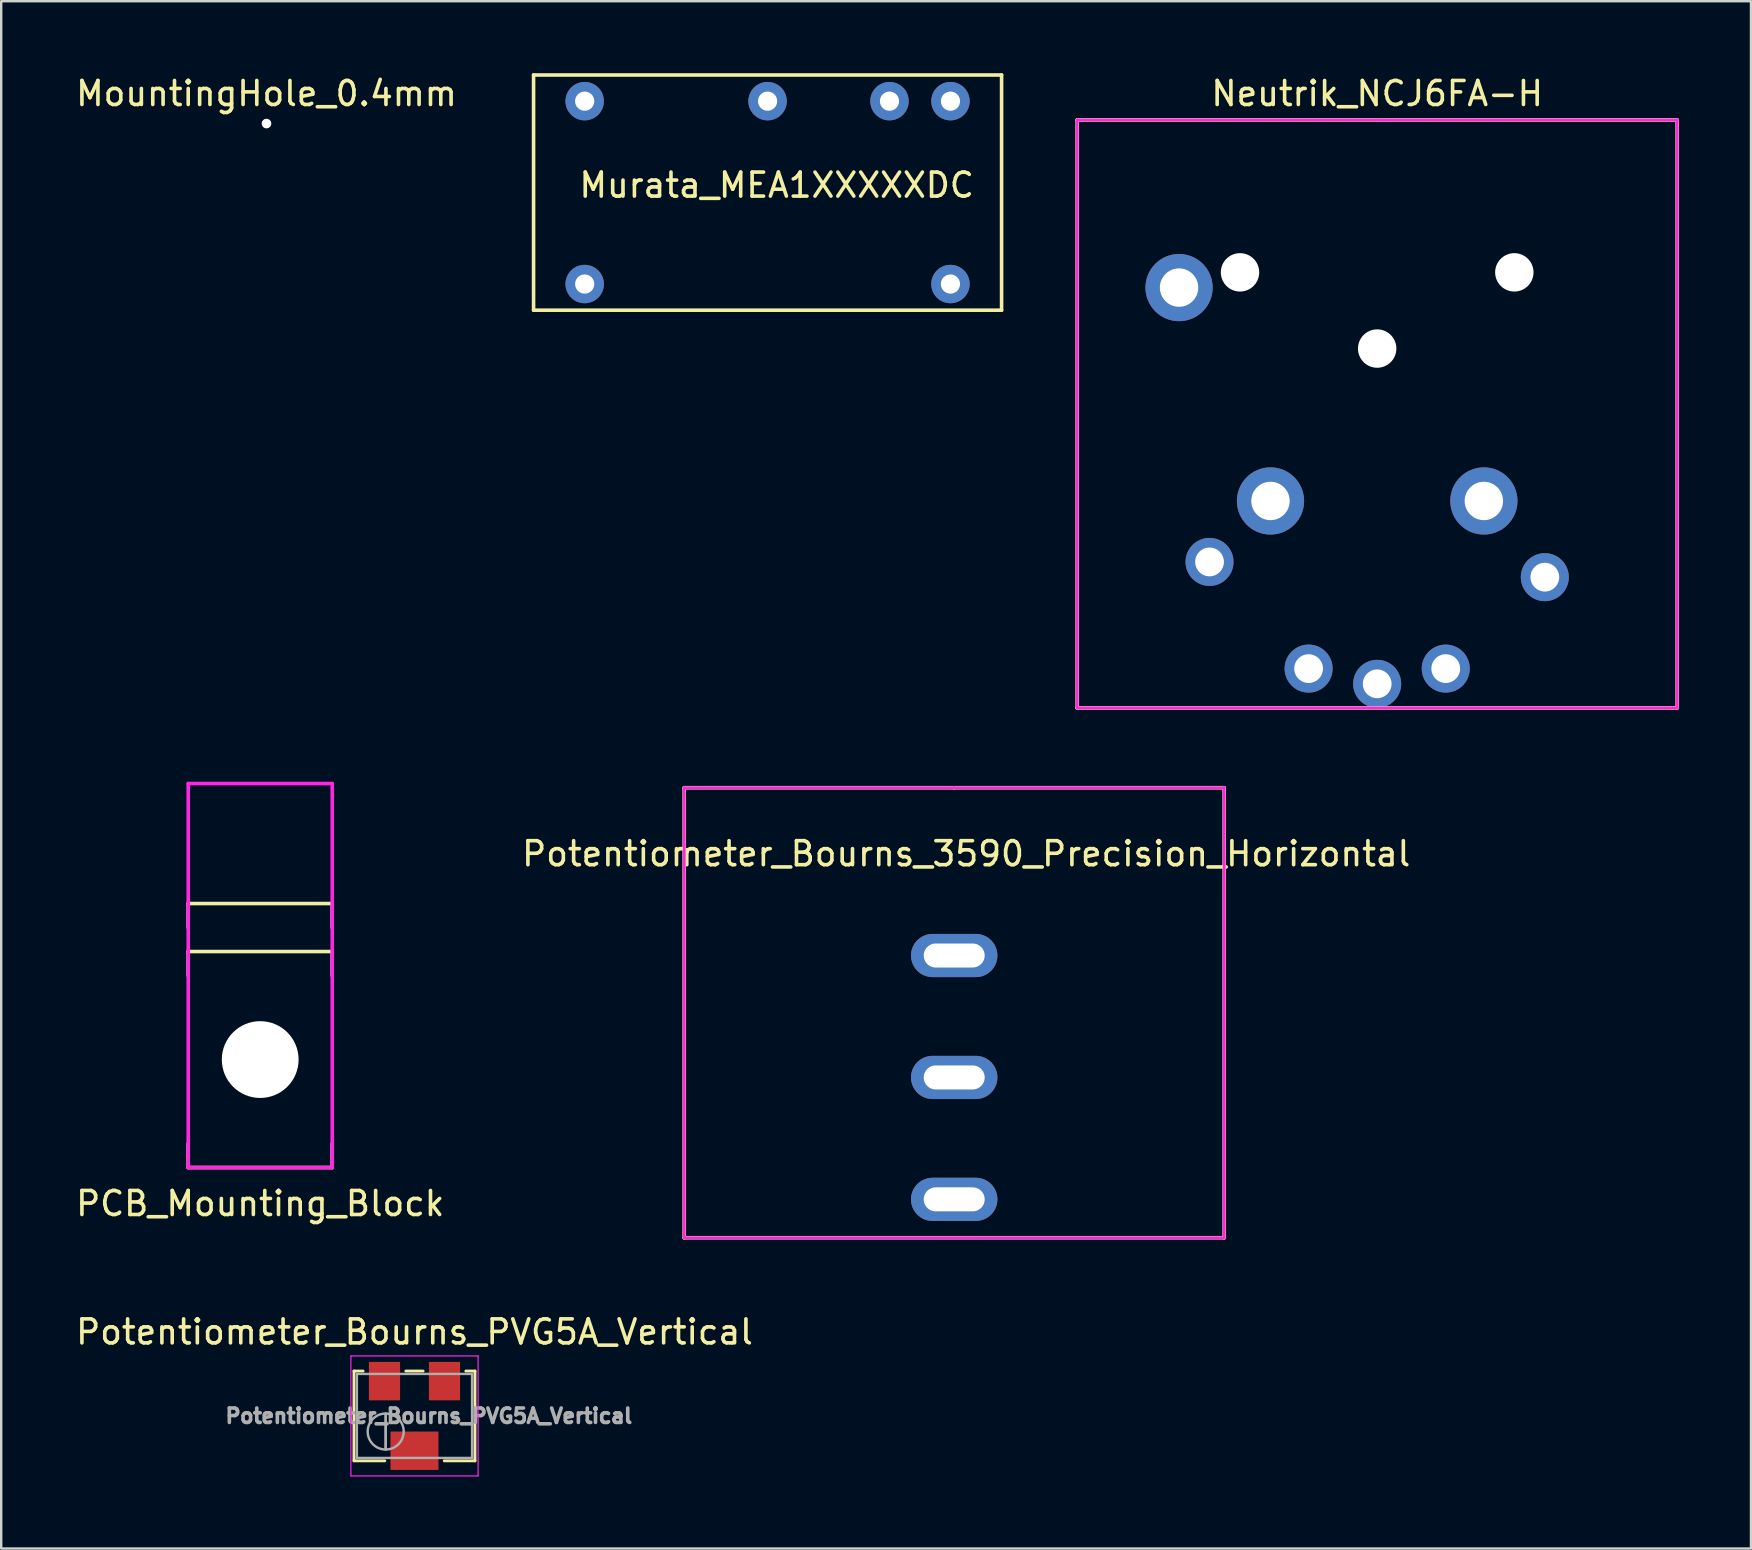
<source format=kicad_pcb>
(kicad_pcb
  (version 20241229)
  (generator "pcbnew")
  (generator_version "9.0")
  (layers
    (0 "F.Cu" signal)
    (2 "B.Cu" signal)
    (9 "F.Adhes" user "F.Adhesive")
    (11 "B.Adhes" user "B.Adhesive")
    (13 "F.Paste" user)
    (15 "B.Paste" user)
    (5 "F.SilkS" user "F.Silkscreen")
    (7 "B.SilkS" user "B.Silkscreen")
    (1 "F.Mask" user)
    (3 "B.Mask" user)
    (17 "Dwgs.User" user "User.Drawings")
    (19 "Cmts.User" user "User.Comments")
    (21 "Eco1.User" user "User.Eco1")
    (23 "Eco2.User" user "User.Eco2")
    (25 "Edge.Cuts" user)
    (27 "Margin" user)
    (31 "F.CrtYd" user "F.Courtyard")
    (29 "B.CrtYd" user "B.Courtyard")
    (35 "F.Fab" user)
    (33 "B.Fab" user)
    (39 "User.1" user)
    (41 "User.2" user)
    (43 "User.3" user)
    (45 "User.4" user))
  (footprint "Potentiometer_Bourns_3590_Precision_Horizontal"
    (layer "F.Cu")
    (at 36.708 29.773)
    (property "Reference" "Potentiometer_Bourns_3590_Precision_Horizontal" (at 0.5 2.75 0) (layer "F.SilkS") (effects (font (size 1 1) (thickness 0.15))))
    (attr through_hole)
    (fp_line (start -11.25 0) (end 0 0) (stroke (width 0.15) (type solid)) (layer "F.SilkS"))
    (fp_line (start -11.25 18.75) (end -11.25 0) (stroke (width 0.15) (type solid)) (layer "F.SilkS"))
    (fp_line (start 0 0) (end 11.25 0) (stroke (width 0.15) (type solid)) (layer "F.SilkS"))
    (fp_line (start 11.25 0) (end 11.25 18.75) (stroke (width 0.15) (type solid)) (layer "F.SilkS"))
    (fp_line (start 11.25 18.75) (end -11.25 18.75) (stroke (width 0.15) (type solid)) (layer "F.SilkS"))
    (fp_line (start -11.25 0) (end 0 0) (stroke (width 0.12) (type solid)) (layer "F.CrtYd"))
    (fp_line (start -11.25 18.75) (end -11.25 0) (stroke (width 0.12) (type solid)) (layer "F.CrtYd"))
    (fp_line (start 0 0) (end 11.25 0) (stroke (width 0.12) (type solid)) (layer "F.CrtYd"))
    (fp_line (start 11.25 0) (end 11.25 18.75) (stroke (width 0.12) (type solid)) (layer "F.CrtYd"))
    (fp_line (start 11.25 18.75) (end -11.25 18.75) (stroke (width 0.12) (type solid)) (layer "F.CrtYd"))
    (pad "1" thru_hole oval (at 0 12.07) (size 3.6 1.8) (drill oval 2.54 1) (layers "*.Cu" "*.Mask"))
    (pad "2" thru_hole oval (at 0 17.15) (size 3.6 1.8) (drill oval 2.54 1) (layers "*.Cu" "*.Mask"))
    (pad "3" thru_hole oval (at 0 6.99) (size 3.6 1.8) (drill oval 2.54 1) (layers "*.Cu" "*.Mask")))
  (footprint "Neutrik_NCJ6FA-H"
    (layer "F.Cu")
    (at 54.332 1.948)
    (property "Reference" "Neutrik_NCJ6FA-H" (at 0 -1.1 0) (layer "F.SilkS") (effects (font (size 1 1) (thickness 0.15))))
    (attr through_hole)
    (fp_line (start -12.5 0) (end 0 0) (stroke (width 0.15) (type solid)) (layer "F.SilkS"))
    (fp_line (start -12.5 24.5) (end -12.5 0) (stroke (width 0.15) (type solid)) (layer "F.SilkS"))
    (fp_line (start 0 0) (end 12.5 0) (stroke (width 0.15) (type solid)) (layer "F.SilkS"))
    (fp_line (start 12.5 0) (end 12.5 24.5) (stroke (width 0.15) (type solid)) (layer "F.SilkS"))
    (fp_line (start 12.5 24.5) (end -12.5 24.5) (stroke (width 0.15) (type solid)) (layer "F.SilkS"))
    (fp_line (start -12.5 0) (end 0 0) (stroke (width 0.12) (type solid)) (layer "F.CrtYd"))
    (fp_line (start -12.5 24.5) (end -12.5 0) (stroke (width 0.12) (type solid)) (layer "F.CrtYd"))
    (fp_line (start 0 0) (end 12.5 0) (stroke (width 0.12) (type solid)) (layer "F.CrtYd"))
    (fp_line (start 12.5 0) (end 12.5 24.5) (stroke (width 0.12) (type solid)) (layer "F.CrtYd"))
    (fp_line (start 12.5 24.5) (end -12.5 24.5) (stroke (width 0.12) (type solid)) (layer "F.CrtYd"))
    (pad "" np_thru_hole circle (at -5.715 6.35) (size 1.6 1.6) (drill 1.6) (layers "*.Cu" "*.Mask"))
    (pad "" np_thru_hole circle (at 0 9.525) (size 1.6 1.6) (drill 1.6) (layers "*.Cu" "*.Mask"))
    (pad "" np_thru_hole circle (at 5.715 6.35) (size 1.6 1.6) (drill 1.6) (layers "*.Cu" "*.Mask"))
    (pad "1" thru_hole circle (at -6.985 18.415) (size 2 2) (drill 1.2) (layers "*.Cu" "*.Mask"))
    (pad "2" thru_hole circle (at 6.985 19.05) (size 2 2) (drill 1.2) (layers "*.Cu" "*.Mask"))
    (pad "3" thru_hole circle (at 0 23.495) (size 2 2) (drill 1.2) (layers "*.Cu" "*.Mask"))
    (pad "G" thru_hole circle (at -8.255 6.985) (size 2.8 2.8) (drill 1.6) (layers "*.Cu" "*.Mask"))
    (pad "R" thru_hole circle (at 2.857 22.86) (size 2 2) (drill 1.2) (layers "*.Cu" "*.Mask"))
    (pad "S" thru_hole circle (at -2.857 22.86) (size 2 2) (drill 1.2) (layers "*.Cu" "*.Mask"))
    (pad "T" thru_hole circle (at -4.445 15.875) (size 2.8 2.8) (drill 1.6) (layers "*.Cu" "*.Mask"))
    (pad "T" thru_hole circle (at 4.445 15.875) (size 2.8 2.8) (drill 1.6) (layers "*.Cu" "*.Mask")))
  (footprint "Murata_MEA1XXXXXDC"
    (layer "F.Cu")
    (at 21.312 1.165)
    (property "Reference" "Murata_MEA1XXXXXDC" (at 8 3.5 0) (layer "F.SilkS") (effects (font (size 1 1) (thickness 0.15))))
    (attr through_hole)
    (fp_line (start -2.13 -1.09) (end -2.13 8.71) (stroke (width 0.15) (type solid)) (layer "F.SilkS"))
    (fp_line (start -2.13 -1.09) (end 17.37 -1.09) (stroke (width 0.15) (type solid)) (layer "F.SilkS"))
    (fp_line (start -2.13 8.71) (end 17.37 8.71) (stroke (width 0.15) (type solid)) (layer "F.SilkS"))
    (fp_line (start 17.37 -1.09) (end 17.37 8.71) (stroke (width 0.15) (type solid)) (layer "F.SilkS"))
    (pad "1" thru_hole circle (at 0 7.62) (size 1.6 1.6) (drill 0.8) (layers "*.Cu" "*.Mask"))
    (pad "7" thru_hole circle (at 15.24 7.62) (size 1.6 1.6) (drill 0.8) (layers "*.Cu" "*.Mask"))
    (pad "8" thru_hole circle (at 15.24 0) (size 1.6 1.6) (drill 0.8) (layers "*.Cu" "*.Mask"))
    (pad "9" thru_hole circle (at 12.7 0) (size 1.6 1.6) (drill 0.8) (layers "*.Cu" "*.Mask"))
    (pad "11" thru_hole circle (at 7.62 0) (size 1.6 1.6) (drill 0.8) (layers "*.Cu" "*.Mask"))
    (pad "14" thru_hole circle (at 0 0) (size 1.6 1.6) (drill 0.8) (layers "*.Cu" "*.Mask")))
  (footprint "MountingHole_0.4mm"
    (layer "F.Cu")
    (at 8.054 2.098)
    (property "Reference" "MountingHole_0.4mm" (at 0 -1.25 0) (layer "F.SilkS") (effects (font (size 1 1) (thickness 0.15))))
    (attr exclude_from_pos_files exclude_from_bom)
    (pad "" np_thru_hole circle (at 0 0) (size 0.4 0.4) (drill 0.4) (layers "*.Cu" "*.Mask")))
  (footprint "PCB_Mounting_Block"
    (layer "F.Cu")
    (at 7.792 41.098)
    (property "Reference" "PCB_Mounting_Block" (at 0 6 0) (layer "F.SilkS") (effects (font (size 1 1) (thickness 0.15))))
    (attr through_hole)
    (fp_line (start -3 -6.5) (end -3 -5.5) (stroke (width 0.15) (type solid)) (layer "F.SilkS"))
    (fp_line (start -3 -4.5) (end -3 -3.5) (stroke (width 0.15) (type solid)) (layer "F.SilkS"))
    (fp_line (start -3 4.5) (end -3 3.5) (stroke (width 0.15) (type solid)) (layer "F.SilkS"))
    (fp_line (start 3 -6.5) (end -3 -6.5) (stroke (width 0.15) (type solid)) (layer "F.SilkS"))
    (fp_line (start 3 -6.5) (end 3 -5.5) (stroke (width 0.15) (type solid)) (layer "F.SilkS"))
    (fp_line (start 3 -4.5) (end -3 -4.5) (stroke (width 0.15) (type solid)) (layer "F.SilkS"))
    (fp_line (start 3 -4.5) (end 3 -3.5) (stroke (width 0.15) (type solid)) (layer "F.SilkS"))
    (fp_line (start 3 4.5) (end -3 4.5) (stroke (width 0.15) (type solid)) (layer "F.SilkS"))
    (fp_line (start 3 4.5) (end 3 3.5) (stroke (width 0.15) (type solid)) (layer "F.SilkS"))
    (fp_line (start -3 -11.5) (end -3 4.5) (stroke (width 0.15) (type solid)) (layer "F.CrtYd"))
    (fp_line (start -3 4.5) (end 3 4.5) (stroke (width 0.15) (type solid)) (layer "F.CrtYd"))
    (fp_line (start 3 -11.5) (end -3 -11.5) (stroke (width 0.15) (type solid)) (layer "F.CrtYd"))
    (fp_line (start 3 4.5) (end 3 -11.5) (stroke (width 0.15) (type solid)) (layer "F.CrtYd"))
    (pad "" np_thru_hole circle (at 0 0) (size 3.2 3.2) (drill 3.2) (layers "*.Cu" "*.Mask")))
  (footprint "Potentiometer_Bourns_PVG5A_Vertical"
    (layer "F.Cu")
    (at 14.22 55.947)
    (property "Reference" "Potentiometer_Bourns_PVG5A_Vertical" (at 0 -3.5 0) (layer "F.SilkS") (effects (font (size 1 1) (thickness 0.15))))
    (attr smd)
    (fp_line (start -2.52 -1.87) (end -2.52 1.87) (stroke (width 0.12) (type solid)) (layer "F.SilkS"))
    (fp_line (start -2.52 -1.87) (end -2.14 -1.87) (stroke (width 0.12) (type solid)) (layer "F.SilkS"))
    (fp_line (start -2.52 1.87) (end -1.24 1.87) (stroke (width 0.12) (type solid)) (layer "F.SilkS"))
    (fp_line (start -0.36 -1.87) (end 0.36 -1.87) (stroke (width 0.12) (type solid)) (layer "F.SilkS"))
    (fp_line (start 1.24 1.87) (end 2.52 1.87) (stroke (width 0.12) (type solid)) (layer "F.SilkS"))
    (fp_line (start 2.14 -1.87) (end 2.52 -1.87) (stroke (width 0.12) (type solid)) (layer "F.SilkS"))
    (fp_line (start 2.52 -1.87) (end 2.52 1.87) (stroke (width 0.12) (type solid)) (layer "F.SilkS"))
    (fp_line (start -2.65 -2.5) (end -2.65 2.5) (stroke (width 0.05) (type solid)) (layer "F.CrtYd"))
    (fp_line (start -2.65 2.5) (end 2.65 2.5) (stroke (width 0.05) (type solid)) (layer "F.CrtYd"))
    (fp_line (start 2.65 -2.5) (end -2.65 -2.5) (stroke (width 0.05) (type solid)) (layer "F.CrtYd"))
    (fp_line (start 2.65 2.5) (end 2.65 -2.5) (stroke (width 0.05) (type solid)) (layer "F.CrtYd"))
    (fp_line (start -2.4 -1.75) (end -2.4 1.75) (stroke (width 0.1) (type solid)) (layer "F.Fab"))
    (fp_line (start -2.4 1.75) (end 2.4 1.75) (stroke (width 0.1) (type solid)) (layer "F.Fab"))
    (fp_line (start -1.2 1.393) (end -1.199 -0.092) (stroke (width 0.1) (type solid)) (layer "F.Fab"))
    (fp_line (start -1.2 1.393) (end -1.199 -0.092) (stroke (width 0.1) (type solid)) (layer "F.Fab"))
    (fp_line (start 2.4 -1.75) (end -2.4 -1.75) (stroke (width 0.1) (type solid)) (layer "F.Fab"))
    (fp_line (start 2.4 1.75) (end 2.4 -1.75) (stroke (width 0.1) (type solid)) (layer "F.Fab"))
    (fp_circle (center -1.2 0.65) (end -0.45 0.65) (stroke (width 0.1) (type solid)) (fill no) (layer "F.Fab"))
    (fp_text user "${REFERENCE}" (at 0.6 0 0) (layer "F.Fab") (effects (font (size 0.6 0.6) (thickness 0.15))))
    (pad "1" smd rect (at 1.25 -1.45) (size 1.3 1.6) (layers "F.Cu" "F.Mask" "F.Paste"))
    (pad "2" smd rect (at 0 1.45) (size 2 1.6) (layers "F.Cu" "F.Mask" "F.Paste"))
    (pad "3" smd rect (at -1.25 -1.45) (size 1.3 1.6) (layers "F.Cu" "F.Mask" "F.Paste")))
  (gr_rect
    (start -3 -3)
    (end 69.907 61.471)
    (stroke (width 0.1) (type default))
    (fill no)
    (layer "Edge.Cuts")))
</source>
